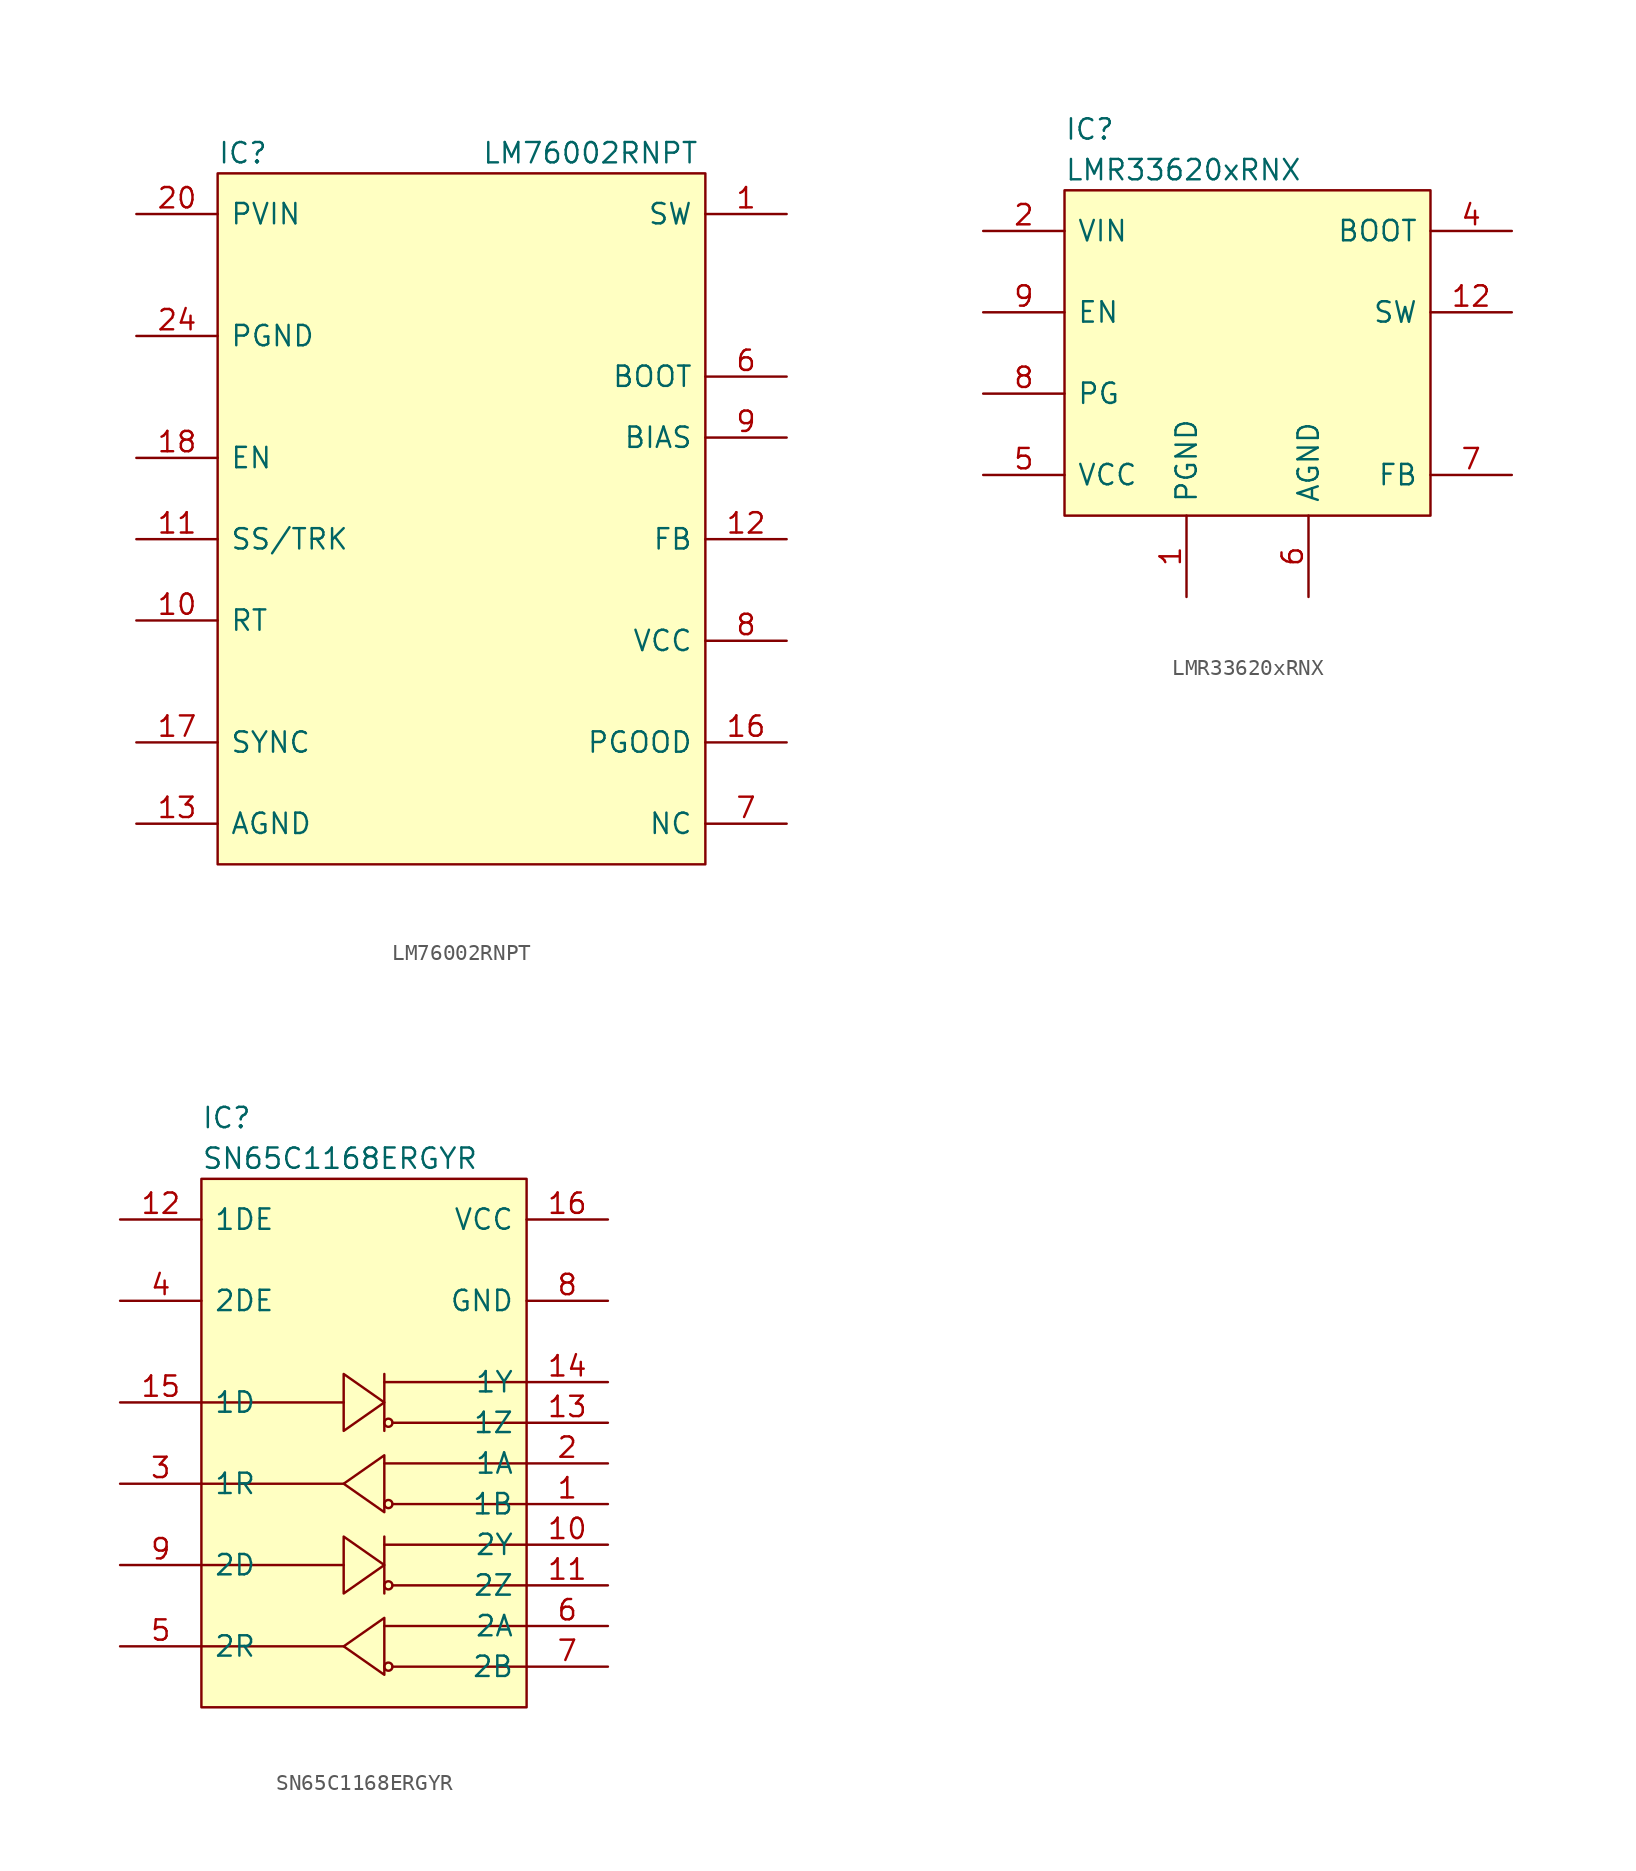
<source format=kicad_sym>
(kicad_symbol_lib
  (version 20220914)
  (generator kicad_symbol_editor)
  (symbol "LM76002RNPT"
    (pin_names
      (offset 0.762))
    (property "Reference" "IC"
      (at -15.24 22.86 0)
      (effects (font (size 1.27 1.27)) (justify left)))
    (property "Value" "LM76002RNPT"
      (at 1.27 22.86 0)
      (effects (font (size 1.27 1.27)) (justify left)))
    (symbol "LM76002RNPT_1_0"
      (pin power_out line (at 20.32 19.05 180) (length 5.08) (name "SW" (effects (font (size 1.27 1.27)))) (number "1" (effects (font (size 1.27 1.27)))))
      (pin input line (at -20.32 -6.35 0) (length 5.08) (name "RT" (effects (font (size 1.27 1.27)))) (number "10" (effects (font (size 1.27 1.27)))))
      (pin input line (at -20.32 -1.27 0) (length 5.08) (name "SS/TRK" (effects (font (size 1.27 1.27)))) (number "11" (effects (font (size 1.27 1.27)))))
      (pin input line (at 20.32 -1.27 180) (length 5.08) (name "FB" (effects (font (size 1.27 1.27)))) (number "12" (effects (font (size 1.27 1.27)))))
      (pin passive line (at -20.32 -19.05 0) (length 5.08) (name "AGND" (effects (font (size 1.27 1.27)))) (number "13" (effects (font (size 1.27 1.27)))))
      (pin passive line (at -20.32 -19.05 0) (length 5.08) hide (name "AGND" (effects (font (size 1.27 1.27)))) (number "14" (effects (font (size 1.27 1.27)))))
      (pin passive line (at -20.32 -19.05 0) (length 5.08) hide (name "AGND" (effects (font (size 1.27 1.27)))) (number "15" (effects (font (size 1.27 1.27)))))
      (pin output line (at 20.32 -13.97 180) (length 5.08) (name "PGOOD" (effects (font (size 1.27 1.27)))) (number "16" (effects (font (size 1.27 1.27)))))
      (pin input line (at -20.32 -13.97 0) (length 5.08) (name "SYNC" (effects (font (size 1.27 1.27)))) (number "17" (effects (font (size 1.27 1.27)))))
      (pin input line (at -20.32 3.81 0) (length 5.08) (name "EN" (effects (font (size 1.27 1.27)))) (number "18" (effects (font (size 1.27 1.27)))))
      (pin passive line (at 20.32 -19.05 180) (length 5.08) hide (name "NC" (effects (font (size 1.27 1.27)))) (number "19" (effects (font (size 1.27 1.27)))))
      (pin power_out line (at 20.32 19.05 180) (length 5.08) hide (name "SW" (effects (font (size 1.27 1.27)))) (number "2" (effects (font (size 1.27 1.27)))))
      (pin passive line (at -20.32 19.05 0) (length 5.08) (name "PVIN" (effects (font (size 1.27 1.27)))) (number "20" (effects (font (size 1.27 1.27)))))
      (pin passive line (at -20.32 19.05 0) (length 5.08) hide (name "PVIN" (effects (font (size 1.27 1.27)))) (number "21" (effects (font (size 1.27 1.27)))))
      (pin passive line (at -20.32 19.05 0) (length 5.08) hide (name "PVIN" (effects (font (size 1.27 1.27)))) (number "22" (effects (font (size 1.27 1.27)))))
      (pin passive line (at 20.32 -19.05 180) (length 5.08) hide (name "NC" (effects (font (size 1.27 1.27)))) (number "23" (effects (font (size 1.27 1.27)))))
      (pin passive line (at -20.32 11.43 0) (length 5.08) (name "PGND" (effects (font (size 1.27 1.27)))) (number "24" (effects (font (size 1.27 1.27)))))
      (pin passive line (at -20.32 11.43 0) (length 5.08) hide (name "PGND" (effects (font (size 1.27 1.27)))) (number "25" (effects (font (size 1.27 1.27)))))
      (pin passive line (at -20.32 11.43 0) (length 5.08) hide (name "PGND" (effects (font (size 1.27 1.27)))) (number "26" (effects (font (size 1.27 1.27)))))
      (pin passive line (at 20.32 -19.05 180) (length 5.08) hide (name "NC" (effects (font (size 1.27 1.27)))) (number "27" (effects (font (size 1.27 1.27)))))
      (pin passive line (at 20.32 -19.05 180) (length 5.08) hide (name "NC" (effects (font (size 1.27 1.27)))) (number "28" (effects (font (size 1.27 1.27)))))
      (pin passive line (at 20.32 -19.05 180) (length 5.08) hide (name "NC" (effects (font (size 1.27 1.27)))) (number "29" (effects (font (size 1.27 1.27)))))
      (pin power_out line (at 20.32 19.05 180) (length 5.08) hide (name "SW" (effects (font (size 1.27 1.27)))) (number "3" (effects (font (size 1.27 1.27)))))
      (pin passive line (at 20.32 -19.05 180) (length 5.08) hide (name "NC" (effects (font (size 1.27 1.27)))) (number "30" (effects (font (size 1.27 1.27)))))
      (pin passive line (at -20.32 11.43 0) (length 5.08) hide (name "PGND" (effects (font (size 1.27 1.27)))) (number "31" (effects (font (size 1.27 1.27)))))
      (pin power_out line (at 20.32 19.05 180) (length 5.08) hide (name "SW" (effects (font (size 1.27 1.27)))) (number "4" (effects (font (size 1.27 1.27)))))
      (pin power_out line (at 20.32 19.05 180) (length 5.08) hide (name "SW" (effects (font (size 1.27 1.27)))) (number "5" (effects (font (size 1.27 1.27)))))
      (pin power_out line (at 20.32 8.89 180) (length 5.08) (name "BOOT" (effects (font (size 1.27 1.27)))) (number "6" (effects (font (size 1.27 1.27)))))
      (pin passive line (at 20.32 -19.05 180) (length 5.08) (name "NC" (effects (font (size 1.27 1.27)))) (number "7" (effects (font (size 1.27 1.27)))))
      (pin passive line (at 20.32 -7.62 180) (length 5.08) (name "VCC" (effects (font (size 1.27 1.27)))) (number "8" (effects (font (size 1.27 1.27)))))
      (pin passive line (at 20.32 5.08 180) (length 5.08) (name "BIAS" (effects (font (size 1.27 1.27)))) (number "9" (effects (font (size 1.27 1.27))))))
    (symbol "LM76002RNPT_1_1"
      (rectangle (start -15.24 21.59) (end 15.24 -21.59) (stroke (width 0) (type default)) (fill (type background)))))
  (symbol "LMR33620xRNX"
    (pin_names
      (offset 0.762))
    (property "Reference" "IC"
      (at -11.43 13.97 0)
      (effects (font (size 1.27 1.27)) (justify left)))
    (property "Value" "LMR33620xRNX"
      (at -11.43 11.43 0)
      (effects (font (size 1.27 1.27)) (justify left)))
    (symbol "LMR33620xRNX_0_0"
      (pin passive line (at 16.51 2.54 180) (length 5.08) (name "SW" (effects (font (size 1.27 1.27)))) (number "12" (effects (font (size 1.27 1.27)))))
      (pin passive line (at 16.51 7.62 180) (length 5.08) (name "BOOT" (effects (font (size 1.27 1.27)))) (number "4" (effects (font (size 1.27 1.27)))))
      (pin passive line (at -16.51 -7.62 0) (length 5.08) (name "VCC" (effects (font (size 1.27 1.27)))) (number "5" (effects (font (size 1.27 1.27)))))
      (pin passive line (at 3.81 -15.24 90) (length 5.08) (name "AGND" (effects (font (size 1.27 1.27)))) (number "6" (effects (font (size 1.27 1.27)))))
      (pin passive line (at 16.51 -7.62 180) (length 5.08) (name "FB" (effects (font (size 1.27 1.27)))) (number "7" (effects (font (size 1.27 1.27)))))
      (pin passive line (at -16.51 -2.54 0) (length 5.08) (name "PG" (effects (font (size 1.27 1.27)))) (number "8" (effects (font (size 1.27 1.27)))))
      (pin passive line (at -16.51 2.54 0) (length 5.08) (name "EN" (effects (font (size 1.27 1.27)))) (number "9" (effects (font (size 1.27 1.27))))))
    (symbol "LMR33620xRNX_1_0"
      (pin passive line (at -3.81 -15.24 90) (length 5.08) (name "PGND" (effects (font (size 1.27 1.27)))) (number "1" (effects (font (size 1.27 1.27)))))
      (pin passive line (at -16.51 7.62 0) (length 5.08) hide (name "VIN" (effects (font (size 1.27 1.27)))) (number "10" (effects (font (size 1.27 1.27)))))
      (pin passive line (at -3.81 -15.24 90) (length 5.08) hide (name "PGND" (effects (font (size 1.27 1.27)))) (number "11" (effects (font (size 1.27 1.27)))))
      (pin passive line (at -16.51 7.62 0) (length 5.08) (name "VIN" (effects (font (size 1.27 1.27)))) (number "2" (effects (font (size 1.27 1.27)))))
      (pin passive line (at 16.51 2.54 180) (length 5.08) hide (name "NC" (effects (font (size 1.27 1.27)))) (number "3" (effects (font (size 1.27 1.27))))))
    (symbol "LMR33620xRNX_1_1"
      (rectangle (start -11.43 10.16) (end 11.43 -10.16) (stroke (width 0) (type default)) (fill (type background)))))
  (symbol "SN65C1168ERGYR"
    (pin_names
      (offset 0.762))
    (property "Reference" "IC"
      (at -10.16 20.32 0)
      (effects (font (size 1.27 1.27)) (justify left)))
    (property "Value" "SN65C1168ERGYR"
      (at -10.16 17.78 0)
      (effects (font (size 1.27 1.27)) (justify left)))
    (symbol "SN65C1168ERGYR_0_1"
      (polyline (pts (xy -10.16 -12.7) (xy -1.27 -12.7)) (stroke (width 0) (type default)) (fill (type none)))
      (polyline (pts (xy -10.16 -7.62) (xy -1.27 -7.62)) (stroke (width 0) (type default)) (fill (type none)))
      (polyline (pts (xy -10.16 -2.54) (xy -1.27 -2.54)) (stroke (width 0) (type default)) (fill (type none)))
      (polyline (pts (xy -10.16 2.54) (xy -1.27 2.54)) (stroke (width 0) (type default)) (fill (type none)))
      (polyline (pts (xy 1.27 -11.43) (xy 10.16 -11.43)) (stroke (width 0) (type default)) (fill (type none)))
      (polyline (pts (xy 1.27 -6.35) (xy 10.16 -6.35)) (stroke (width 0) (type default)) (fill (type none)))
      (polyline (pts (xy 1.27 -5.842) (xy 1.27 -9.398)) (stroke (width 0) (type default)) (fill (type none)))
      (polyline (pts (xy 1.27 -1.27) (xy 10.16 -1.27)) (stroke (width 0) (type default)) (fill (type none)))
      (polyline (pts (xy 1.27 3.81) (xy 10.16 3.81)) (stroke (width 0) (type default)) (fill (type none)))
      (polyline (pts (xy 1.27 4.318) (xy 1.27 0.762)) (stroke (width 0) (type default)) (fill (type none)))
      (polyline (pts (xy 1.778 -13.97) (xy 10.16 -13.97)) (stroke (width 0) (type default)) (fill (type none)))
      (polyline (pts (xy 1.778 -8.89) (xy 10.16 -8.89)) (stroke (width 0) (type default)) (fill (type none)))
      (polyline (pts (xy 1.778 -3.81) (xy 10.16 -3.81)) (stroke (width 0) (type default)) (fill (type none)))
      (polyline (pts (xy 1.778 1.27) (xy 10.16 1.27)) (stroke (width 0) (type default)) (fill (type none)))
      (polyline (pts (xy -1.27 -12.7) (xy 1.27 -10.922) (xy 1.27 -14.478) (xy -1.27 -12.7)) (stroke (width 0) (type default)) (fill (type none)))
      (polyline (pts (xy -1.27 -2.54) (xy 1.27 -0.762) (xy 1.27 -4.318) (xy -1.27 -2.54)) (stroke (width 0) (type default)) (fill (type none)))
      (polyline (pts (xy 1.27 -7.62) (xy -1.27 -9.398) (xy -1.27 -5.842) (xy 1.27 -7.62)) (stroke (width 0) (type default)) (fill (type none)))
      (polyline (pts (xy 1.27 2.54) (xy -1.27 0.762) (xy -1.27 4.318) (xy 1.27 2.54)) (stroke (width 0) (type default)) (fill (type none)))
      (circle (center 1.524 -13.97) (radius 0.254) (stroke (width 0) (type default)) (fill (type none)))
      (circle (center 1.524 -8.89) (radius 0.254) (stroke (width 0) (type default)) (fill (type none)))
      (circle (center 1.524 -3.81) (radius 0.254) (stroke (width 0) (type default)) (fill (type none)))
      (circle (center 1.524 1.27) (radius 0.254) (stroke (width 0) (type default)) (fill (type none))))
    (symbol "SN65C1168ERGYR_1_0"
      (pin input line (at 15.24 -3.81 180) (length 5.08) (name "1B" (effects (font (size 1.27 1.27)))) (number "1" (effects (font (size 1.27 1.27)))))
      (pin output line (at 15.24 -6.35 180) (length 5.08) (name "2Y" (effects (font (size 1.27 1.27)))) (number "10" (effects (font (size 1.27 1.27)))))
      (pin output line (at 15.24 -8.89 180) (length 5.08) (name "2Z" (effects (font (size 1.27 1.27)))) (number "11" (effects (font (size 1.27 1.27)))))
      (pin input line (at -15.24 13.97 0) (length 5.08) (name "1DE" (effects (font (size 1.27 1.27)))) (number "12" (effects (font (size 1.27 1.27)))))
      (pin output line (at 15.24 1.27 180) (length 5.08) (name "1Z" (effects (font (size 1.27 1.27)))) (number "13" (effects (font (size 1.27 1.27)))))
      (pin output line (at 15.24 3.81 180) (length 5.08) (name "1Y" (effects (font (size 1.27 1.27)))) (number "14" (effects (font (size 1.27 1.27)))))
      (pin input line (at -15.24 2.54 0) (length 5.08) (name "1D" (effects (font (size 1.27 1.27)))) (number "15" (effects (font (size 1.27 1.27)))))
      (pin power_in line (at 15.24 13.97 180) (length 5.08) (name "VCC" (effects (font (size 1.27 1.27)))) (number "16" (effects (font (size 1.27 1.27)))))
      (pin power_in line (at 15.24 8.89 180) (length 5.08) hide (name "GND" (effects (font (size 1.27 1.27)))) (number "17" (effects (font (size 1.27 1.27)))))
      (pin input line (at 15.24 -1.27 180) (length 5.08) (name "1A" (effects (font (size 1.27 1.27)))) (number "2" (effects (font (size 1.27 1.27)))))
      (pin output line (at -15.24 -2.54 0) (length 5.08) (name "1R" (effects (font (size 1.27 1.27)))) (number "3" (effects (font (size 1.27 1.27)))))
      (pin input line (at -15.24 8.89 0) (length 5.08) (name "2DE" (effects (font (size 1.27 1.27)))) (number "4" (effects (font (size 1.27 1.27)))))
      (pin output line (at -15.24 -12.7 0) (length 5.08) (name "2R" (effects (font (size 1.27 1.27)))) (number "5" (effects (font (size 1.27 1.27)))))
      (pin input line (at 15.24 -11.43 180) (length 5.08) (name "2A" (effects (font (size 1.27 1.27)))) (number "6" (effects (font (size 1.27 1.27)))))
      (pin input line (at 15.24 -13.97 180) (length 5.08) (name "2B" (effects (font (size 1.27 1.27)))) (number "7" (effects (font (size 1.27 1.27)))))
      (pin power_in line (at 15.24 8.89 180) (length 5.08) (name "GND" (effects (font (size 1.27 1.27)))) (number "8" (effects (font (size 1.27 1.27)))))
      (pin input line (at -15.24 -7.62 0) (length 5.08) (name "2D" (effects (font (size 1.27 1.27)))) (number "9" (effects (font (size 1.27 1.27))))))
    (symbol "SN65C1168ERGYR_1_1"
      (rectangle (start -10.16 16.51) (end 10.16 -16.51) (stroke (width 0) (type default)) (fill (type background))))))
</source>
